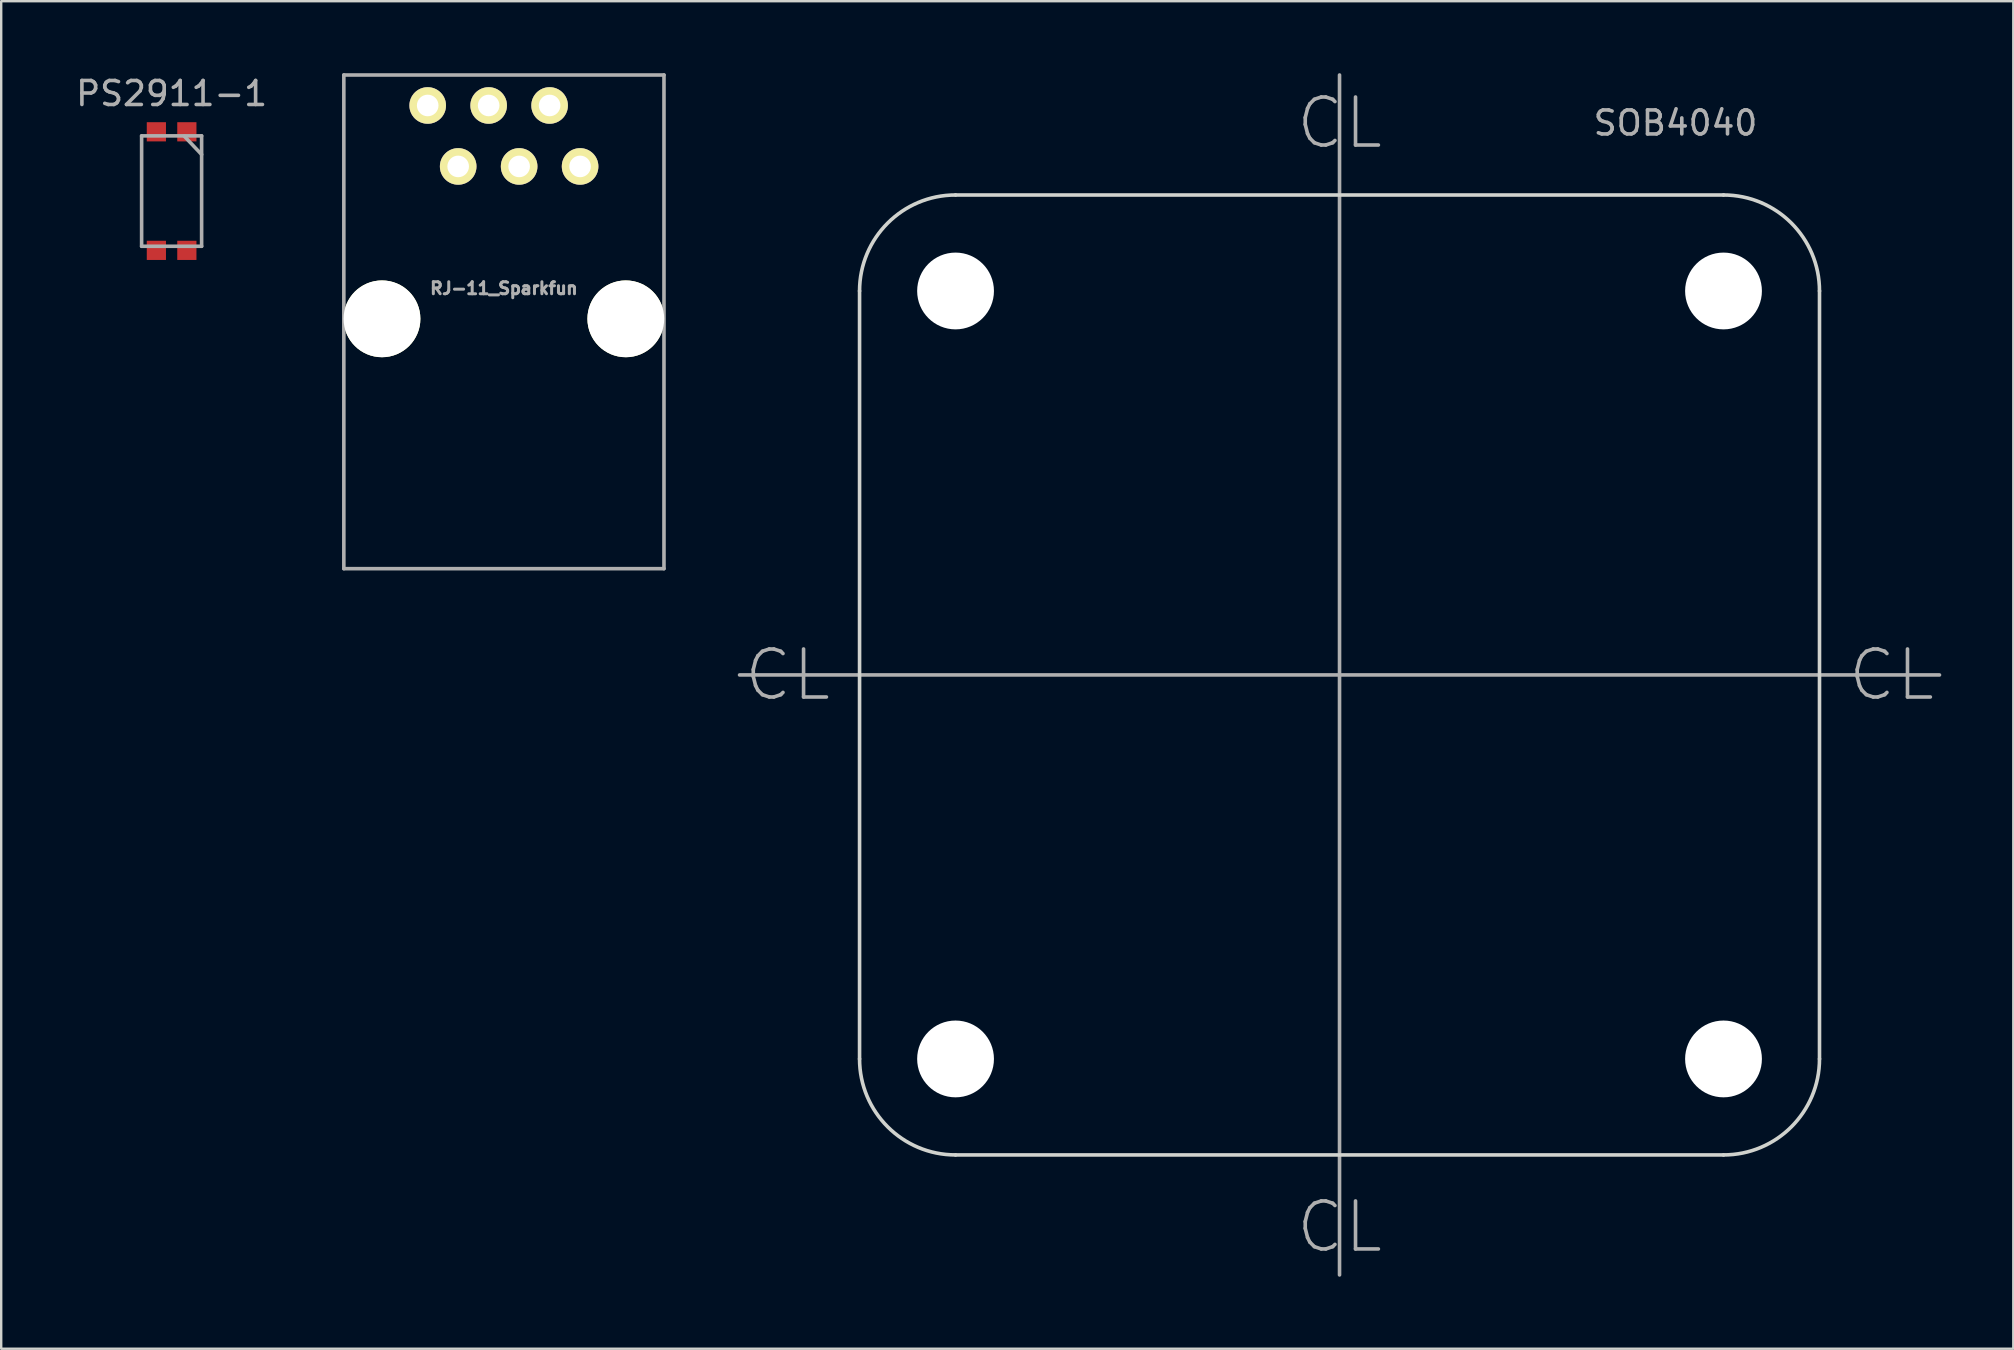
<source format=kicad_pcb>
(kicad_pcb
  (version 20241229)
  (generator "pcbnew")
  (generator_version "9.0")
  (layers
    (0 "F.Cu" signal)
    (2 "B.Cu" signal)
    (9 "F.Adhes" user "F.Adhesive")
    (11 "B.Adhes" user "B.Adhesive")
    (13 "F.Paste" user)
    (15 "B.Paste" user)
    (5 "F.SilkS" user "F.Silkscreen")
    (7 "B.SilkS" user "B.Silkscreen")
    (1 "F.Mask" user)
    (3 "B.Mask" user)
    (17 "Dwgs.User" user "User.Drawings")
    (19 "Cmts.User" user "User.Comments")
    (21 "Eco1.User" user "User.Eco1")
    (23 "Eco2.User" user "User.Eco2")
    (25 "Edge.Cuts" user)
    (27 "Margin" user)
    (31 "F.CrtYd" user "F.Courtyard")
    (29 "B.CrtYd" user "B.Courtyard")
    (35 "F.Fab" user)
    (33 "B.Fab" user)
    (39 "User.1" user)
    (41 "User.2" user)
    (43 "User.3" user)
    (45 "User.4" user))
  (footprint "SOB4040"
    (layer "F.Cu")
    (at 52.767 25.075)
    (property "Reference" "SOB4040" (at 14 -23 0) (layer "F.Fab") (effects (font (size 1 1) (thickness 0.15))))
    (attr through_hole)
    (fp_line (start -19 -16) (end -19 16) (stroke (width 2) (type solid)) (layer "F.Mask"))
    (fp_line (start -19 -13) (end -16 -13) (stroke (width 2) (type solid)) (layer "F.Mask"))
    (fp_line (start -19 13) (end -16 13) (stroke (width 2) (type solid)) (layer "F.Mask"))
    (fp_line (start -16 -19) (end 16 -19) (stroke (width 2) (type solid)) (layer "F.Mask"))
    (fp_line (start -16 19) (end 16 19) (stroke (width 2) (type solid)) (layer "F.Mask"))
    (fp_line (start -13 -19) (end -13 -16) (stroke (width 2) (type solid)) (layer "F.Mask"))
    (fp_line (start -13 16) (end -13 19) (stroke (width 2) (type solid)) (layer "F.Mask"))
    (fp_line (start 13 -19) (end 13 -16) (stroke (width 2) (type solid)) (layer "F.Mask"))
    (fp_line (start 13 16) (end 13 19) (stroke (width 2) (type solid)) (layer "F.Mask"))
    (fp_line (start 16 -13) (end 19 -13) (stroke (width 2) (type solid)) (layer "F.Mask"))
    (fp_line (start 16 13) (end 19 13) (stroke (width 2) (type solid)) (layer "F.Mask"))
    (fp_line (start 19 -16) (end 19 16) (stroke (width 2) (type solid)) (layer "F.Mask"))
    (fp_arc (start -19 -16) (mid -18.12132 -18.12132) (end -16 -19) (stroke (width 2) (type solid)) (layer "F.Mask"))
    (fp_arc (start -16 13) (mid -13.87868 13.87868) (end -13 16) (stroke (width 2) (type solid)) (layer "F.Mask"))
    (fp_arc (start -16 19) (mid -18.12132 18.12132) (end -19 16) (stroke (width 2) (type solid)) (layer "F.Mask"))
    (fp_arc (start -13 -16) (mid -13.87868 -13.87868) (end -16 -13) (stroke (width 2) (type solid)) (layer "F.Mask"))
    (fp_arc (start 13 16) (mid 13.87868 13.87868) (end 16 13) (stroke (width 2) (type solid)) (layer "F.Mask"))
    (fp_arc (start 16 -19) (mid 18.12132 -18.12132) (end 19 -16) (stroke (width 2) (type solid)) (layer "F.Mask"))
    (fp_arc (start 16 -13) (mid 13.87868 -13.87868) (end 13 -16) (stroke (width 2) (type solid)) (layer "F.Mask"))
    (fp_arc (start 19 16) (mid 18.12132 18.12132) (end 16 19) (stroke (width 2) (type solid)) (layer "F.Mask"))
    (fp_circle (center -16 -16) (end -15 -18) (stroke (width 2) (type solid)) (fill no) (layer "F.Mask"))
    (fp_circle (center -16 16) (end -15 14) (stroke (width 2) (type solid)) (fill no) (layer "F.Mask"))
    (fp_circle (center 16 -16) (end 17 -18) (stroke (width 2) (type solid)) (fill no) (layer "F.Mask"))
    (fp_circle (center 16 16) (end 17 14) (stroke (width 2) (type solid)) (fill no) (layer "F.Mask"))
    (fp_line (start -19 -16) (end -19 16) (stroke (width 2) (type solid)) (layer "B.Mask"))
    (fp_line (start -19 -13) (end -16 -13) (stroke (width 2) (type solid)) (layer "B.Mask"))
    (fp_line (start -19 13) (end -16 13) (stroke (width 2) (type solid)) (layer "B.Mask"))
    (fp_line (start -16 -19) (end 16 -19) (stroke (width 2) (type solid)) (layer "B.Mask"))
    (fp_line (start -16 19) (end 16 19) (stroke (width 2) (type solid)) (layer "B.Mask"))
    (fp_line (start -13 -19) (end -13 -16) (stroke (width 2) (type solid)) (layer "B.Mask"))
    (fp_line (start -13 16) (end -13 19) (stroke (width 2) (type solid)) (layer "B.Mask"))
    (fp_line (start 13 -19) (end 13 -16) (stroke (width 2) (type solid)) (layer "B.Mask"))
    (fp_line (start 13 16) (end 13 19) (stroke (width 2) (type solid)) (layer "B.Mask"))
    (fp_line (start 16 -13) (end 19 -13) (stroke (width 2) (type solid)) (layer "B.Mask"))
    (fp_line (start 16 13) (end 19 13) (stroke (width 2) (type solid)) (layer "B.Mask"))
    (fp_line (start 19 -16) (end 19 16) (stroke (width 2) (type solid)) (layer "B.Mask"))
    (fp_arc (start -19 -16) (mid -18.12132 -18.12132) (end -16 -19) (stroke (width 2) (type solid)) (layer "B.Mask"))
    (fp_arc (start -16 13) (mid -13.87868 13.87868) (end -13 16) (stroke (width 2) (type solid)) (layer "B.Mask"))
    (fp_arc (start -16 19) (mid -18.12132 18.12132) (end -19 16) (stroke (width 2) (type solid)) (layer "B.Mask"))
    (fp_arc (start -13 -16) (mid -13.87868 -13.87868) (end -16 -13) (stroke (width 2) (type solid)) (layer "B.Mask"))
    (fp_arc (start 13 16) (mid 13.87868 13.87868) (end 16 13) (stroke (width 2) (type solid)) (layer "B.Mask"))
    (fp_arc (start 16 -19) (mid 18.12132 -18.12132) (end 19 -16) (stroke (width 2) (type solid)) (layer "B.Mask"))
    (fp_arc (start 16 -13) (mid 13.87868 -13.87868) (end 13 -16) (stroke (width 2) (type solid)) (layer "B.Mask"))
    (fp_arc (start 19 16) (mid 18.12132 18.12132) (end 16 19) (stroke (width 2) (type solid)) (layer "B.Mask"))
    (fp_circle (center -16 -16) (end -15 -18) (stroke (width 2) (type solid)) (fill no) (layer "B.Mask"))
    (fp_circle (center -16 16) (end -15 14) (stroke (width 2) (type solid)) (fill no) (layer "B.Mask"))
    (fp_circle (center 16 -16) (end 17 -18) (stroke (width 2) (type solid)) (fill no) (layer "B.Mask"))
    (fp_circle (center 16 16) (end 17 14) (stroke (width 2) (type solid)) (fill no) (layer "B.Mask"))
    (fp_line (start -20 -16) (end -20 16) (stroke (width 0.15) (type solid)) (layer "Edge.Cuts"))
    (fp_line (start -16 -20) (end 16 -20) (stroke (width 0.15) (type solid)) (layer "Edge.Cuts"))
    (fp_line (start -16 20) (end 16 20) (stroke (width 0.15) (type solid)) (layer "Edge.Cuts"))
    (fp_line (start 20 -16) (end 20 16) (stroke (width 0.15) (type solid)) (layer "Edge.Cuts"))
    (fp_arc (start -20 -16) (mid -18.828427 -18.828427) (end -16 -20) (stroke (width 0.15) (type solid)) (layer "Edge.Cuts"))
    (fp_arc (start -16 20) (mid -18.828427 18.828427) (end -20 16) (stroke (width 0.15) (type solid)) (layer "Edge.Cuts"))
    (fp_arc (start 16 -20) (mid 18.828427 -18.828427) (end 20 -16) (stroke (width 0.15) (type solid)) (layer "Edge.Cuts"))
    (fp_arc (start 20 16) (mid 18.828427 18.828427) (end 16 20) (stroke (width 0.15) (type solid)) (layer "Edge.Cuts"))
    (fp_line (start -25 0) (end 25 0) (stroke (width 0.15) (type solid)) (layer "F.Fab"))
    (fp_line (start 0 -25) (end 0 25) (stroke (width 0.15) (type solid)) (layer "F.Fab"))
    (fp_text user "CL" (at -23 0 0) (layer "F.Fab") (effects (font (size 2 2) (thickness 0.15))))
    (fp_text user "CL" (at 0 -23 0) (layer "F.Fab") (effects (font (size 2 2) (thickness 0.15))))
    (fp_text user "CL" (at 0 23 0) (layer "F.Fab") (effects (font (size 2 2) (thickness 0.15))))
    (fp_text user "CL" (at 23 0 0) (layer "F.Fab") (effects (font (size 2 2) (thickness 0.15))))
    (pad "" np_thru_hole circle (at -16 -16) (size 3.2 3.2) (drill 3.2) (layers "*.Cu" "*.Mask"))
    (pad "" np_thru_hole circle (at -16 16) (size 3.2 3.2) (drill 3.2) (layers "*.Cu" "*.Mask"))
    (pad "" np_thru_hole circle (at 16 -16) (size 3.2 3.2) (drill 3.2) (layers "*.Cu" "*.Mask"))
    (pad "" np_thru_hole circle (at 16 16) (size 3.2 3.2) (drill 3.2) (layers "*.Cu" "*.Mask")))
  (footprint "RJ-11_Sparkfun"
    (layer "F.Cu")
    (at 17.947 1.345)
    (property "Reference" "RJ-11_Sparkfun" (at 0 7.62 0) (layer "F.Fab") (effects (font (size 0.5 0.5) (thickness 0.125))))
    (attr through_hole)
    (fp_line (start -6.67 -1.27) (end -6.67 19.3) (stroke (width 0.15) (type solid)) (layer "F.Fab"))
    (fp_line (start -6.67 -1.27) (end 6.67 -1.27) (stroke (width 0.15) (type solid)) (layer "F.Fab"))
    (fp_line (start -6.67 19.3) (end 6.67 19.3) (stroke (width 0.15) (type solid)) (layer "F.Fab"))
    (fp_line (start 6.67 -1.27) (end 6.67 19.3) (stroke (width 0.15) (type solid)) (layer "F.Fab"))
    (pad "" np_thru_hole circle (at -5.08 8.89) (size 3.2 3.2) (drill 3.2) (layers "*.Cu" "*.Mask" "F.SilkS"))
    (pad "" np_thru_hole circle (at 5.08 8.89) (size 3.2 3.2) (drill 3.2) (layers "*.Cu" "*.Mask" "F.SilkS"))
    (pad "1" thru_hole circle (at -3.175 0) (size 1.524 1.524) (drill 0.9) (layers "*.Cu" "*.Mask" "F.SilkS"))
    (pad "2" thru_hole circle (at -1.905 2.54) (size 1.524 1.524) (drill 0.9) (layers "*.Cu" "*.Mask" "F.SilkS"))
    (pad "3" thru_hole circle (at -0.635 0) (size 1.524 1.524) (drill 0.9) (layers "*.Cu" "*.Mask" "F.SilkS"))
    (pad "4" thru_hole circle (at 0.635 2.54) (size 1.524 1.524) (drill 0.9) (layers "*.Cu" "*.Mask" "F.SilkS"))
    (pad "5" thru_hole circle (at 1.905 0) (size 1.524 1.524) (drill 0.9) (layers "*.Cu" "*.Mask" "F.SilkS"))
    (pad "6" thru_hole circle (at 3.175 2.54) (size 1.524 1.524) (drill 0.9) (layers "*.Cu" "*.Mask" "F.SilkS")))
  (footprint "PS2911-1"
    (layer "F.Cu")
    (at 4.101 4.912)
    (property "Reference" "PS2911-1" (at 0 -4.064 0) (layer "F.Fab") (effects (font (size 1 1) (thickness 0.15))))
    (attr through_hole)
    (fp_line (start -1.25 -2.3) (end -1.25 2.3) (stroke (width 0.15) (type solid)) (layer "F.Fab"))
    (fp_line (start -1.25 -2.3) (end 1.25 -2.3) (stroke (width 0.15) (type solid)) (layer "F.Fab"))
    (fp_line (start -1.25 2.3) (end 1.25 2.3) (stroke (width 0.15) (type solid)) (layer "F.Fab"))
    (fp_line (start 0.528 -2.286) (end 1.25 -1.524) (stroke (width 0.15) (type solid)) (layer "F.Fab"))
    (fp_line (start 1.25 -2.3) (end 1.25 2.3) (stroke (width 0.15) (type solid)) (layer "F.Fab"))
    (pad "1" smd rect (at 0.635 -2.47) (size 0.8 0.8) (layers "F.Cu" "F.Mask" "F.Paste"))
    (pad "2" smd rect (at -0.635 -2.47) (size 0.8 0.8) (layers "F.Cu" "F.Mask" "F.Paste"))
    (pad "3" smd rect (at -0.635 2.47) (size 0.8 0.8) (layers "F.Cu" "F.Mask" "F.Paste"))
    (pad "4" smd rect (at 0.635 2.47) (size 0.8 0.8) (layers "F.Cu" "F.Mask" "F.Paste")))
  (gr_rect
    (start -3 -3)
    (end 80.842 53.15)
    (stroke (width 0.1) (type default))
    (fill no)
    (layer "Edge.Cuts")))
</source>
